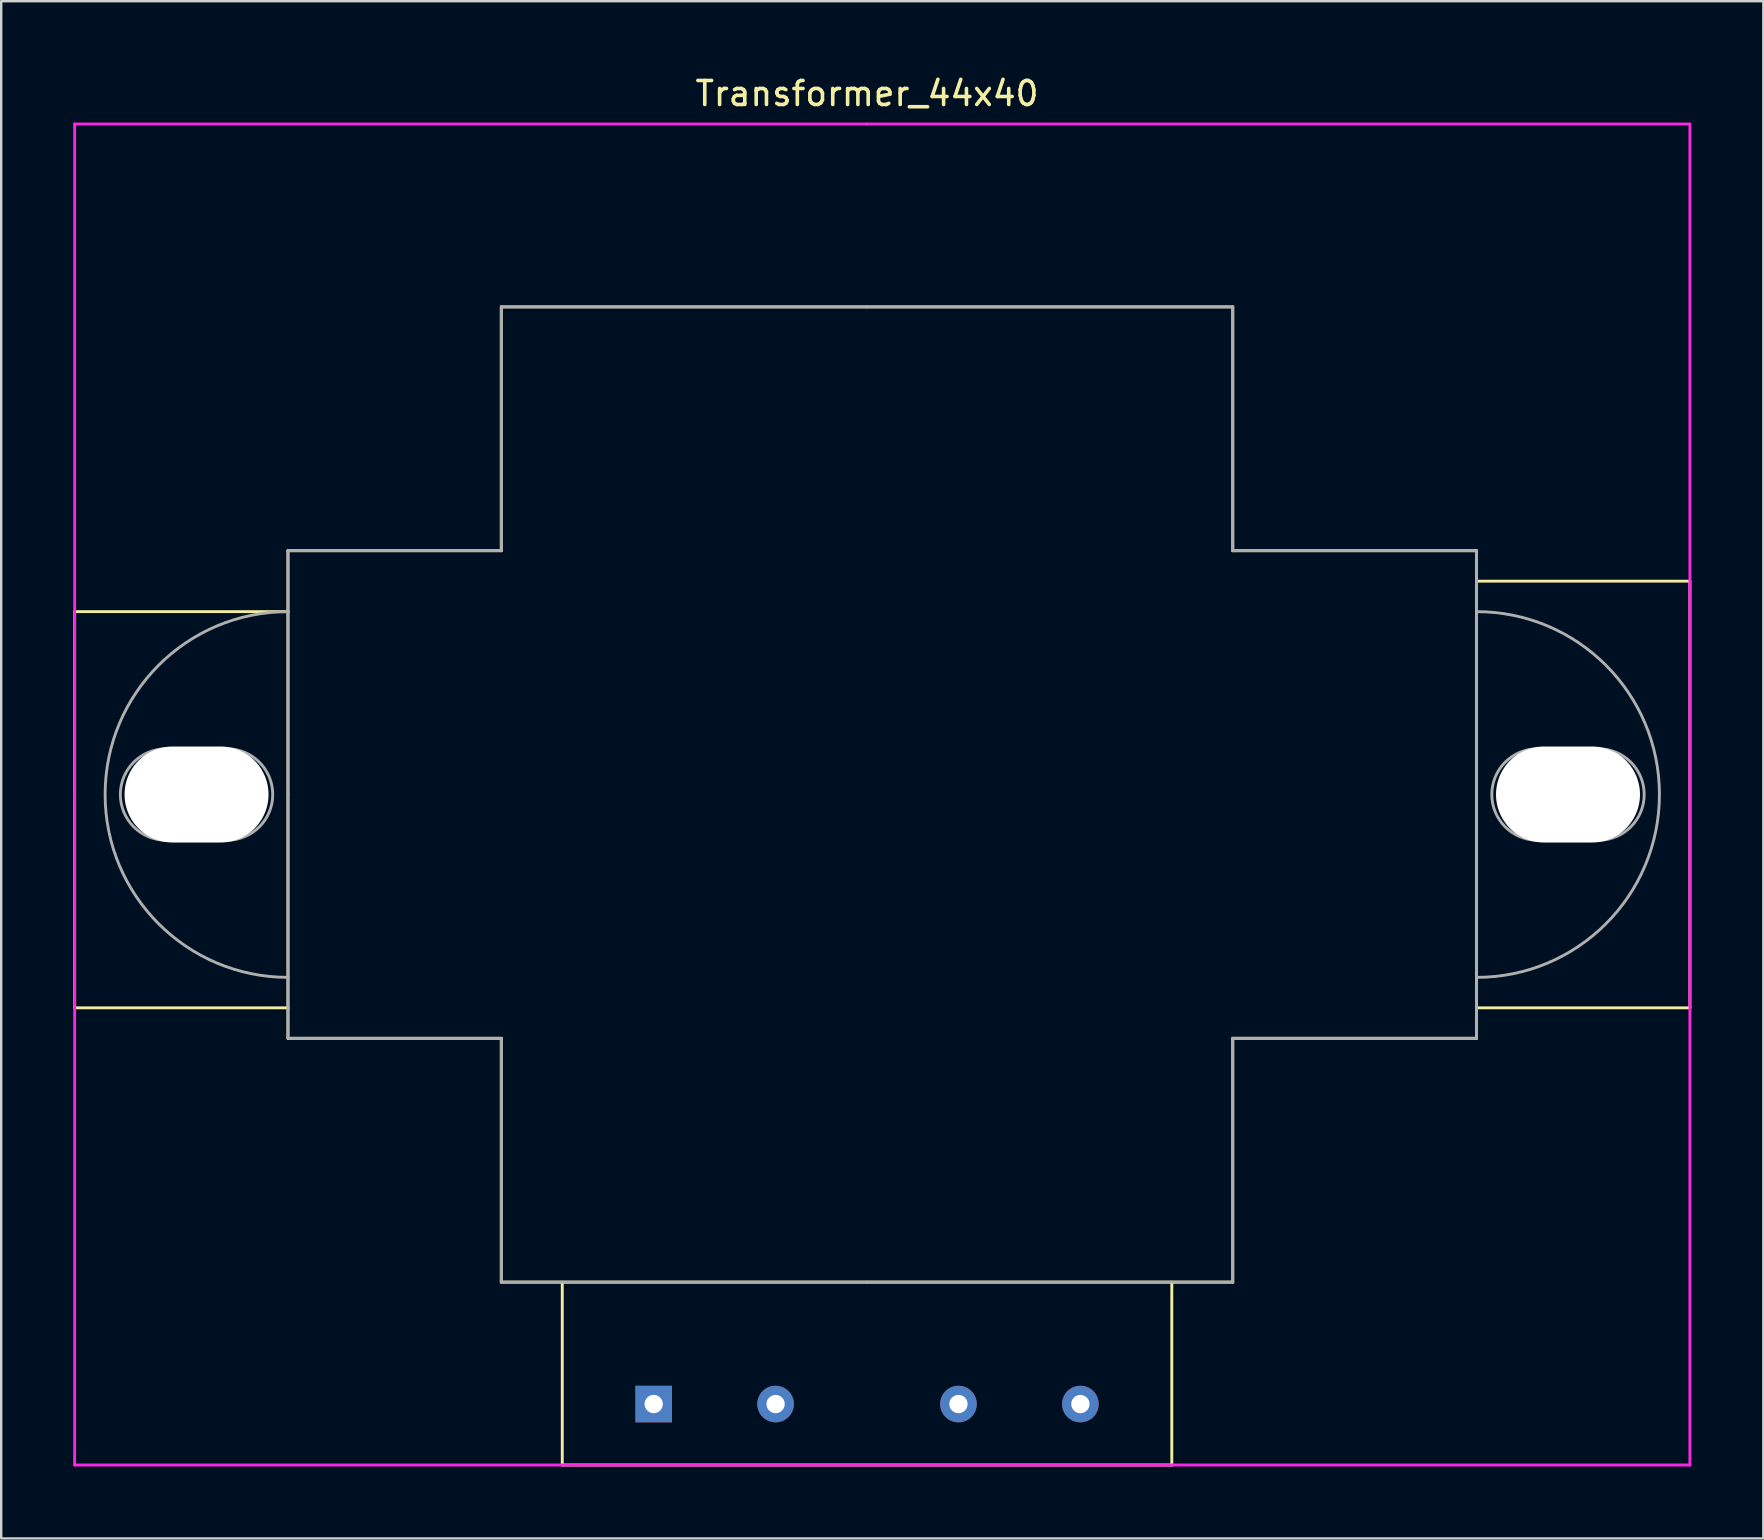
<source format=kicad_pcb>
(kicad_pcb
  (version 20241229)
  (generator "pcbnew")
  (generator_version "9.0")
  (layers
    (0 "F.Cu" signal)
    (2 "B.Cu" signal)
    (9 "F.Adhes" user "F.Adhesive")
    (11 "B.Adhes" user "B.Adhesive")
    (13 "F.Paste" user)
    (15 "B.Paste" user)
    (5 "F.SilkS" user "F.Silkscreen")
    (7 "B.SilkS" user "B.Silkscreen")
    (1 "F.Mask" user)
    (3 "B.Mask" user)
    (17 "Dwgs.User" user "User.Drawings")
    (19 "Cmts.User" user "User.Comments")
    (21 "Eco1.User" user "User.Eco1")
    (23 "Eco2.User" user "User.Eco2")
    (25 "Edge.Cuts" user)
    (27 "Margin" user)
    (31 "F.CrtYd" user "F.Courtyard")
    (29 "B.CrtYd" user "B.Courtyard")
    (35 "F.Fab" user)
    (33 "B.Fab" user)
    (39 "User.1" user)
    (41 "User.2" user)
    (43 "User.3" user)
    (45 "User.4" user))
  (footprint "Transformer_44x40"
    (layer "F.Cu")
    (at 33.08 30.058)
    (property "Reference" "Transformer_44x40" (at 0 -29.21 0) (layer "F.SilkS") (effects (font (size 1 1) (thickness 0.15))))
    (attr through_hole)
    (fp_line (start -33.02 -7.62) (end -33.02 8.89) (stroke (width 0.12) (type solid)) (layer "F.SilkS"))
    (fp_line (start -33.02 8.89) (end -24.13 8.89) (stroke (width 0.12) (type solid)) (layer "F.SilkS"))
    (fp_line (start -24.13 -10.16) (end -24.13 -7.62) (stroke (width 0.12) (type solid)) (layer "F.SilkS"))
    (fp_line (start -24.13 -7.62) (end -33.02 -7.62) (stroke (width 0.12) (type solid)) (layer "F.SilkS"))
    (fp_line (start -24.13 -7.62) (end -24.13 10.16) (stroke (width 0.12) (type solid)) (layer "F.SilkS"))
    (fp_line (start -24.13 10.16) (end -15.24 10.16) (stroke (width 0.12) (type solid)) (layer "F.SilkS"))
    (fp_line (start -15.24 -20.32) (end -15.24 -10.16) (stroke (width 0.12) (type solid)) (layer "F.SilkS"))
    (fp_line (start -15.24 -10.16) (end -24.13 -10.16) (stroke (width 0.12) (type solid)) (layer "F.SilkS"))
    (fp_line (start -15.24 10.16) (end -15.24 20.32) (stroke (width 0.12) (type solid)) (layer "F.SilkS"))
    (fp_line (start -15.24 20.32) (end 15.24 20.32) (stroke (width 0.12) (type solid)) (layer "F.SilkS"))
    (fp_line (start -12.7 20.32) (end -12.7 27.94) (stroke (width 0.12) (type solid)) (layer "F.SilkS"))
    (fp_line (start -12.7 27.94) (end 12.7 27.94) (stroke (width 0.12) (type solid)) (layer "F.SilkS"))
    (fp_line (start 12.7 27.94) (end 12.7 20.32) (stroke (width 0.12) (type solid)) (layer "F.SilkS"))
    (fp_line (start 15.24 -20.32) (end -15.24 -20.32) (stroke (width 0.12) (type solid)) (layer "F.SilkS"))
    (fp_line (start 15.24 -10.16) (end 15.24 -20.32) (stroke (width 0.12) (type solid)) (layer "F.SilkS"))
    (fp_line (start 15.24 10.16) (end 25.4 10.16) (stroke (width 0.12) (type solid)) (layer "F.SilkS"))
    (fp_line (start 15.24 20.32) (end 15.24 10.16) (stroke (width 0.12) (type solid)) (layer "F.SilkS"))
    (fp_line (start 25.4 -10.16) (end 15.24 -10.16) (stroke (width 0.12) (type solid)) (layer "F.SilkS"))
    (fp_line (start 25.4 -8.89) (end 34.29 -8.89) (stroke (width 0.12) (type solid)) (layer "F.SilkS"))
    (fp_line (start 25.4 10.16) (end 25.4 -10.16) (stroke (width 0.12) (type solid)) (layer "F.SilkS"))
    (fp_line (start 34.29 -8.89) (end 34.29 8.89) (stroke (width 0.12) (type solid)) (layer "F.SilkS"))
    (fp_line (start 34.29 8.89) (end 25.4 8.89) (stroke (width 0.12) (type solid)) (layer "F.SilkS"))
    (fp_line (start -33.02 0) (end -33.02 -27.94) (stroke (width 0.12) (type solid)) (layer "F.CrtYd"))
    (fp_line (start -33.02 0) (end -33.02 27.94) (stroke (width 0.12) (type solid)) (layer "F.CrtYd"))
    (fp_line (start -33.02 27.94) (end 34.29 27.94) (stroke (width 0.12) (type solid)) (layer "F.CrtYd"))
    (fp_line (start 0 -27.94) (end -33.02 -27.94) (stroke (width 0.12) (type solid)) (layer "F.CrtYd"))
    (fp_line (start 34.29 -27.94) (end 0 -27.94) (stroke (width 0.12) (type solid)) (layer "F.CrtYd"))
    (fp_line (start 34.29 27.94) (end 34.29 -27.94) (stroke (width 0.12) (type solid)) (layer "F.CrtYd"))
    (fp_line (start -29.21 1.905) (end -26.67 1.905) (stroke (width 0.12) (type solid)) (layer "F.Fab"))
    (fp_line (start -26.67 -1.905) (end -29.21 -1.905) (stroke (width 0.12) (type solid)) (layer "F.Fab"))
    (fp_line (start -24.13 -10.16) (end -24.13 0) (stroke (width 0.12) (type solid)) (layer "F.Fab"))
    (fp_line (start -24.13 10.16) (end -24.13 0) (stroke (width 0.12) (type solid)) (layer "F.Fab"))
    (fp_line (start -15.24 -20.32) (end -15.24 -10.16) (stroke (width 0.12) (type solid)) (layer "F.Fab"))
    (fp_line (start -15.24 -10.16) (end -24.13 -10.16) (stroke (width 0.12) (type solid)) (layer "F.Fab"))
    (fp_line (start -15.24 10.16) (end -24.13 10.16) (stroke (width 0.12) (type solid)) (layer "F.Fab"))
    (fp_line (start -15.24 20.32) (end -15.24 10.16) (stroke (width 0.12) (type solid)) (layer "F.Fab"))
    (fp_line (start 0 -20.32) (end -15.24 -20.32) (stroke (width 0.12) (type solid)) (layer "F.Fab"))
    (fp_line (start 0 20.32) (end -15.24 20.32) (stroke (width 0.12) (type solid)) (layer "F.Fab"))
    (fp_line (start 15.24 -20.32) (end 0 -20.32) (stroke (width 0.12) (type solid)) (layer "F.Fab"))
    (fp_line (start 15.24 -20.32) (end 15.24 -10.16) (stroke (width 0.12) (type solid)) (layer "F.Fab"))
    (fp_line (start 15.24 -10.16) (end 25.4 -10.16) (stroke (width 0.12) (type solid)) (layer "F.Fab"))
    (fp_line (start 15.24 10.16) (end 25.4 10.16) (stroke (width 0.12) (type solid)) (layer "F.Fab"))
    (fp_line (start 15.24 20.32) (end 0 20.32) (stroke (width 0.12) (type solid)) (layer "F.Fab"))
    (fp_line (start 15.24 20.32) (end 15.24 10.16) (stroke (width 0.12) (type solid)) (layer "F.Fab"))
    (fp_line (start 25.4 -10.16) (end 25.4 0) (stroke (width 0.12) (type solid)) (layer "F.Fab"))
    (fp_line (start 25.4 10.16) (end 25.4 0) (stroke (width 0.12) (type solid)) (layer "F.Fab"))
    (fp_line (start 27.94 1.905) (end 30.48 1.905) (stroke (width 0.12) (type solid)) (layer "F.Fab"))
    (fp_line (start 30.48 -1.905) (end 27.94 -1.905) (stroke (width 0.12) (type solid)) (layer "F.Fab"))
    (fp_arc (start -29.21 1.905) (mid -31.115 0) (end -29.21 -1.905) (stroke (width 0.12) (type solid)) (layer "F.Fab"))
    (fp_arc (start -26.67 -1.905) (mid -24.765 0) (end -26.67 1.905) (stroke (width 0.12) (type solid)) (layer "F.Fab"))
    (fp_arc (start -24.13 7.62) (mid -31.75 0) (end -24.13 -7.62) (stroke (width 0.12) (type solid)) (layer "F.Fab"))
    (fp_arc (start 25.4 -7.62) (mid 33.02 0) (end 25.4 7.62) (stroke (width 0.12) (type solid)) (layer "F.Fab"))
    (fp_arc (start 27.94 1.905) (mid 26.035 0) (end 27.94 -1.905) (stroke (width 0.12) (type solid)) (layer "F.Fab"))
    (fp_arc (start 30.48 -1.905) (mid 32.385 0) (end 30.48 1.905) (stroke (width 0.12) (type solid)) (layer "F.Fab"))
    (pad "" np_thru_hole oval (at -27.94 0 90) (size 4 6) (drill oval 4 6) (layers "*.Cu" "*.Mask"))
    (pad "" np_thru_hole oval (at 29.21 0 90) (size 4 6) (drill oval 4 6) (layers "*.Cu" "*.Mask"))
    (pad "1" thru_hole rect (at -8.89 25.4) (size 1.524 1.524) (drill 0.762) (layers "*.Cu" "*.Mask"))
    (pad "2" thru_hole circle (at -3.81 25.4) (size 1.524 1.524) (drill 0.762) (layers "*.Cu" "*.Mask"))
    (pad "3" thru_hole circle (at 3.81 25.4) (size 1.524 1.524) (drill 0.762) (layers "*.Cu" "*.Mask"))
    (pad "4" thru_hole circle (at 8.89 25.4) (size 1.524 1.524) (drill 0.762) (layers "*.Cu" "*.Mask")))
  (gr_rect
    (start -3 -3)
    (end 70.43 61.058)
    (stroke (width 0.1) (type default))
    (fill no)
    (layer "Edge.Cuts")))
</source>
